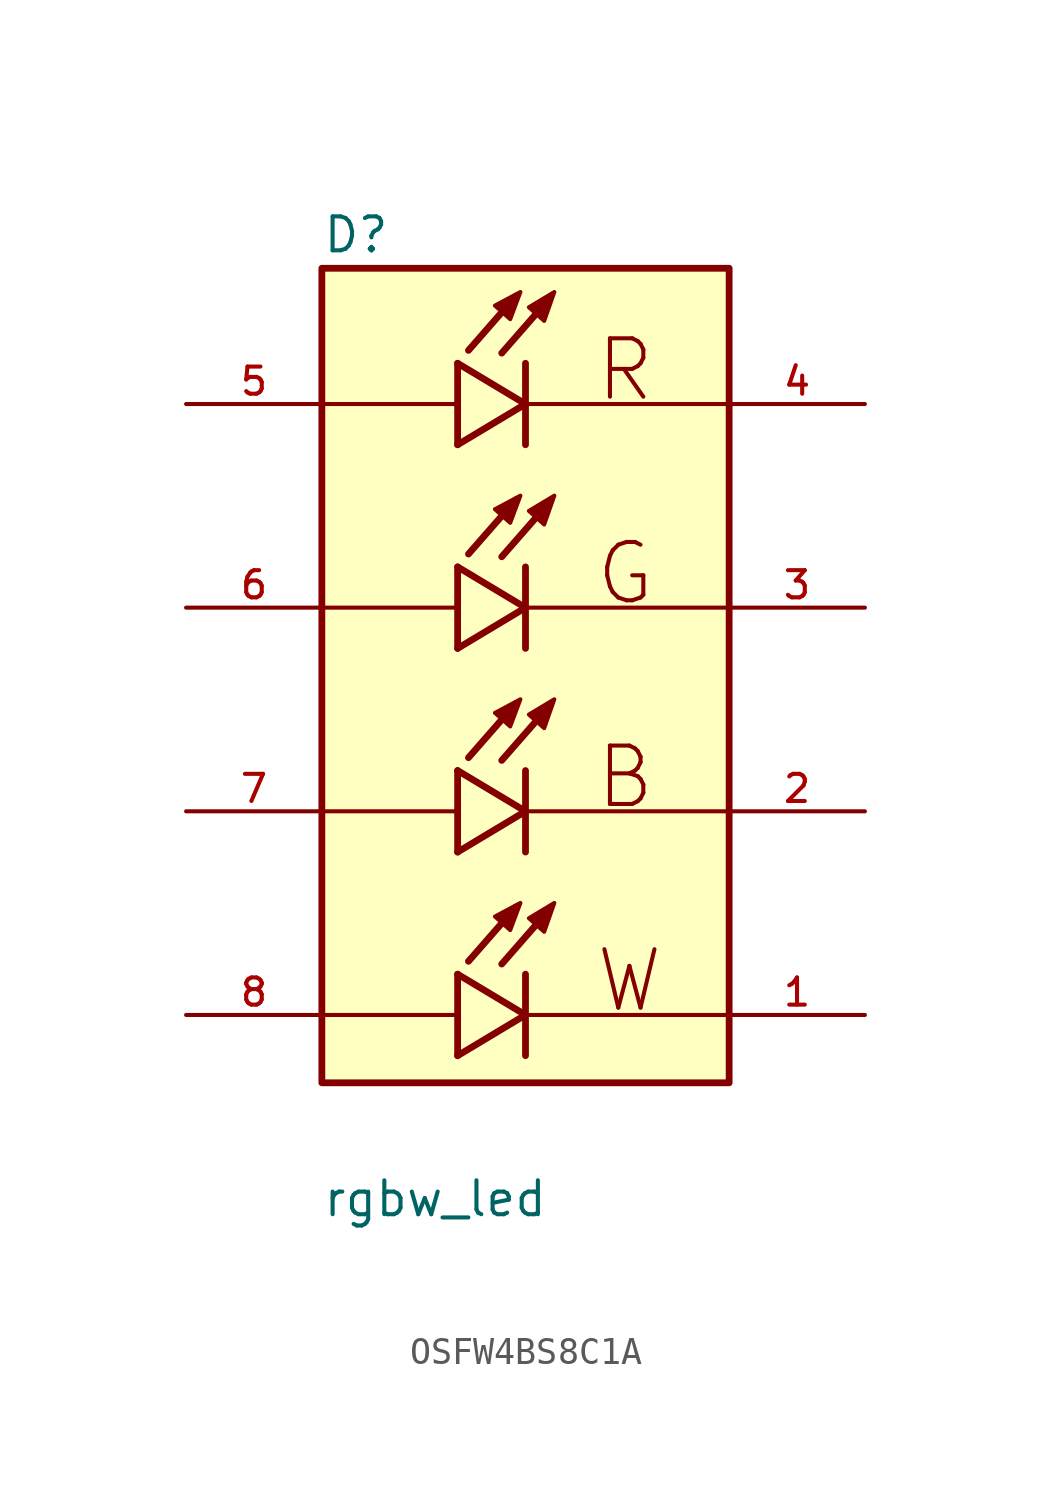
<source format=kicad_sym>
(kicad_symbol_lib
  (version 20231120)
  (generator "kicad_symbol_editor")
  (generator_version "8.0")
  (symbol "OSFW4BS8C1A"
    (pin_names
      (offset 1.016))
    (property "Reference" "D"
      (at -7.62 15.748 0)
      (effects (font (size 1.27 1.27)) (justify left bottom)))
    (property "Value" "rgbw_led"
      (at -7.62 -20.32 0)
      (effects (font (size 1.27 1.27)) (justify left bottom)))
    (symbol "OSFW4BS8C1A_0_0"
      (rectangle (start -7.62 15.24) (end 7.62 -15.24) (stroke (width 0.254) (type default)) (fill (type background)))
      (polyline (pts (xy -2.54 -14.224) (xy 0 -12.7)) (stroke (width 0.254) (type default)) (fill (type none)))
      (polyline (pts (xy -2.54 -12.7) (xy -7.62 -12.7)) (stroke (width 0.152) (type default)) (fill (type none)))
      (polyline (pts (xy -2.54 -12.7) (xy -2.54 -14.224)) (stroke (width 0.254) (type default)) (fill (type none)))
      (polyline (pts (xy -2.54 -11.176) (xy -2.54 -12.7)) (stroke (width 0.254) (type default)) (fill (type none)))
      (polyline (pts (xy -2.54 -6.604) (xy 0 -5.08)) (stroke (width 0.254) (type default)) (fill (type none)))
      (polyline (pts (xy -2.54 -5.08) (xy -7.62 -5.08)) (stroke (width 0.152) (type default)) (fill (type none)))
      (polyline (pts (xy -2.54 -5.08) (xy -2.54 -6.604)) (stroke (width 0.254) (type default)) (fill (type none)))
      (polyline (pts (xy -2.54 -3.556) (xy -2.54 -5.08)) (stroke (width 0.254) (type default)) (fill (type none)))
      (polyline (pts (xy -2.54 1.016) (xy 0 2.54)) (stroke (width 0.254) (type default)) (fill (type none)))
      (polyline (pts (xy -2.54 2.54) (xy -7.62 2.54)) (stroke (width 0.152) (type default)) (fill (type none)))
      (polyline (pts (xy -2.54 2.54) (xy -2.54 1.016)) (stroke (width 0.254) (type default)) (fill (type none)))
      (polyline (pts (xy -2.54 4.064) (xy -2.54 2.54)) (stroke (width 0.254) (type default)) (fill (type none)))
      (polyline (pts (xy -2.54 8.636) (xy 0 10.16)) (stroke (width 0.254) (type default)) (fill (type none)))
      (polyline (pts (xy -2.54 10.16) (xy -7.62 10.16)) (stroke (width 0.152) (type default)) (fill (type none)))
      (polyline (pts (xy -2.54 10.16) (xy -2.54 8.636)) (stroke (width 0.254) (type default)) (fill (type none)))
      (polyline (pts (xy -2.54 11.684) (xy -2.54 10.16)) (stroke (width 0.254) (type default)) (fill (type none)))
      (polyline (pts (xy -0.356 -8.661) (xy -2.134 -10.693)) (stroke (width 0.254) (type default)) (fill (type none)))
      (polyline (pts (xy -0.356 -1.041) (xy -2.134 -3.073)) (stroke (width 0.254) (type default)) (fill (type none)))
      (polyline (pts (xy -0.356 6.579) (xy -2.134 4.547)) (stroke (width 0.254) (type default)) (fill (type none)))
      (polyline (pts (xy -0.356 14.199) (xy -2.134 12.167)) (stroke (width 0.254) (type default)) (fill (type none)))
      (polyline (pts (xy 0 -12.7) (xy -2.54 -11.176)) (stroke (width 0.254) (type default)) (fill (type none)))
      (polyline (pts (xy 0 -12.7) (xy 0 -14.224)) (stroke (width 0.254) (type default)) (fill (type none)))
      (polyline (pts (xy 0 -11.176) (xy 0 -12.7)) (stroke (width 0.254) (type default)) (fill (type none)))
      (polyline (pts (xy 0 -5.08) (xy -2.54 -3.556)) (stroke (width 0.254) (type default)) (fill (type none)))
      (polyline (pts (xy 0 -5.08) (xy 0 -6.604)) (stroke (width 0.254) (type default)) (fill (type none)))
      (polyline (pts (xy 0 -3.556) (xy 0 -5.08)) (stroke (width 0.254) (type default)) (fill (type none)))
      (polyline (pts (xy 0 2.54) (xy -2.54 4.064)) (stroke (width 0.254) (type default)) (fill (type none)))
      (polyline (pts (xy 0 2.54) (xy 0 1.016)) (stroke (width 0.254) (type default)) (fill (type none)))
      (polyline (pts (xy 0 4.064) (xy 0 2.54)) (stroke (width 0.254) (type default)) (fill (type none)))
      (polyline (pts (xy 0 10.16) (xy -2.54 11.684)) (stroke (width 0.254) (type default)) (fill (type none)))
      (polyline (pts (xy 0 10.16) (xy 0 8.636)) (stroke (width 0.254) (type default)) (fill (type none)))
      (polyline (pts (xy 0 11.684) (xy 0 10.16)) (stroke (width 0.254) (type default)) (fill (type none)))
      (polyline (pts (xy 0.889 -8.763) (xy -0.889 -10.795)) (stroke (width 0.254) (type default)) (fill (type none)))
      (polyline (pts (xy 0.889 -1.143) (xy -0.889 -3.175)) (stroke (width 0.254) (type default)) (fill (type none)))
      (polyline (pts (xy 0.889 6.477) (xy -0.889 4.445)) (stroke (width 0.254) (type default)) (fill (type none)))
      (polyline (pts (xy 0.889 14.097) (xy -0.889 12.065)) (stroke (width 0.254) (type default)) (fill (type none)))
      (polyline (pts (xy 7.62 -12.7) (xy 0 -12.7)) (stroke (width 0.152) (type default)) (fill (type none)))
      (polyline (pts (xy 7.62 -5.08) (xy 0 -5.08)) (stroke (width 0.152) (type default)) (fill (type none)))
      (polyline (pts (xy 7.62 2.54) (xy 0 2.54)) (stroke (width 0.152) (type default)) (fill (type none)))
      (polyline (pts (xy 7.62 10.16) (xy 0 10.16)) (stroke (width 0.152) (type default)) (fill (type none)))
      (polyline (pts (xy -1.143 -9.017) (xy -0.572 -9.525) (xy -0.191 -8.509) (xy -1.143 -9.017)) (stroke (width 0.152) (type default)) (fill (type outline)))
      (polyline (pts (xy -1.143 -1.397) (xy -0.572 -1.905) (xy -0.191 -0.889) (xy -1.143 -1.397)) (stroke (width 0.152) (type default)) (fill (type outline)))
      (polyline (pts (xy -1.143 6.223) (xy -0.572 5.715) (xy -0.191 6.731) (xy -1.143 6.223)) (stroke (width 0.152) (type default)) (fill (type outline)))
      (polyline (pts (xy -1.143 13.843) (xy -0.572 13.335) (xy -0.191 14.351) (xy -1.143 13.843)) (stroke (width 0.152) (type default)) (fill (type outline)))
      (polyline (pts (xy 0.127 -9.081) (xy 0.699 -9.588) (xy 1.079 -8.509) (xy 0.127 -9.081)) (stroke (width 0.152) (type default)) (fill (type outline)))
      (polyline (pts (xy 0.127 -1.46) (xy 0.699 -1.968) (xy 1.079 -0.889) (xy 0.127 -1.46)) (stroke (width 0.152) (type default)) (fill (type outline)))
      (polyline (pts (xy 0.127 6.16) (xy 0.699 5.652) (xy 1.079 6.731) (xy 0.127 6.16)) (stroke (width 0.152) (type default)) (fill (type outline)))
      (polyline (pts (xy 0.127 13.78) (xy 0.699 13.271) (xy 1.079 14.351) (xy 0.127 13.78)) (stroke (width 0.152) (type default)) (fill (type outline)))
      (text "B" (at 2.54 -5.08 0) (effects (font (size 2.184 2.184)) (justify left bottom)))
      (text "G" (at 2.54 2.54 0) (effects (font (size 2.184 2.184)) (justify left bottom)))
      (text "R" (at 2.54 10.16 0) (effects (font (size 2.184 2.184)) (justify left bottom)))
      (text "W" (at 2.54 -12.7 0) (effects (font (size 2.184 2.184)) (justify left bottom)))
      (pin passive line (at 12.7 -12.7 180) (length 5.08) (name "~" (effects (font (size 1.016 1.016)))) (number "1" (effects (font (size 1.016 1.016)))))
      (pin passive line (at 12.7 -5.08 180) (length 5.08) (name "~" (effects (font (size 1.016 1.016)))) (number "2" (effects (font (size 1.016 1.016)))))
      (pin passive line (at 12.7 2.54 180) (length 5.08) (name "~" (effects (font (size 1.016 1.016)))) (number "3" (effects (font (size 1.016 1.016)))))
      (pin passive line (at 12.7 10.16 180) (length 5.08) (name "~" (effects (font (size 1.016 1.016)))) (number "4" (effects (font (size 1.016 1.016)))))
      (pin passive line (at -12.7 10.16 0) (length 5.08) (name "~" (effects (font (size 1.016 1.016)))) (number "5" (effects (font (size 1.016 1.016)))))
      (pin passive line (at -12.7 2.54 0) (length 5.08) (name "~" (effects (font (size 1.016 1.016)))) (number "6" (effects (font (size 1.016 1.016)))))
      (pin passive line (at -12.7 -5.08 0) (length 5.08) (name "~" (effects (font (size 1.016 1.016)))) (number "7" (effects (font (size 1.016 1.016)))))
      (pin passive line (at -12.7 -12.7 0) (length 5.08) (name "~" (effects (font (size 1.016 1.016)))) (number "8" (effects (font (size 1.016 1.016))))))))
</source>
